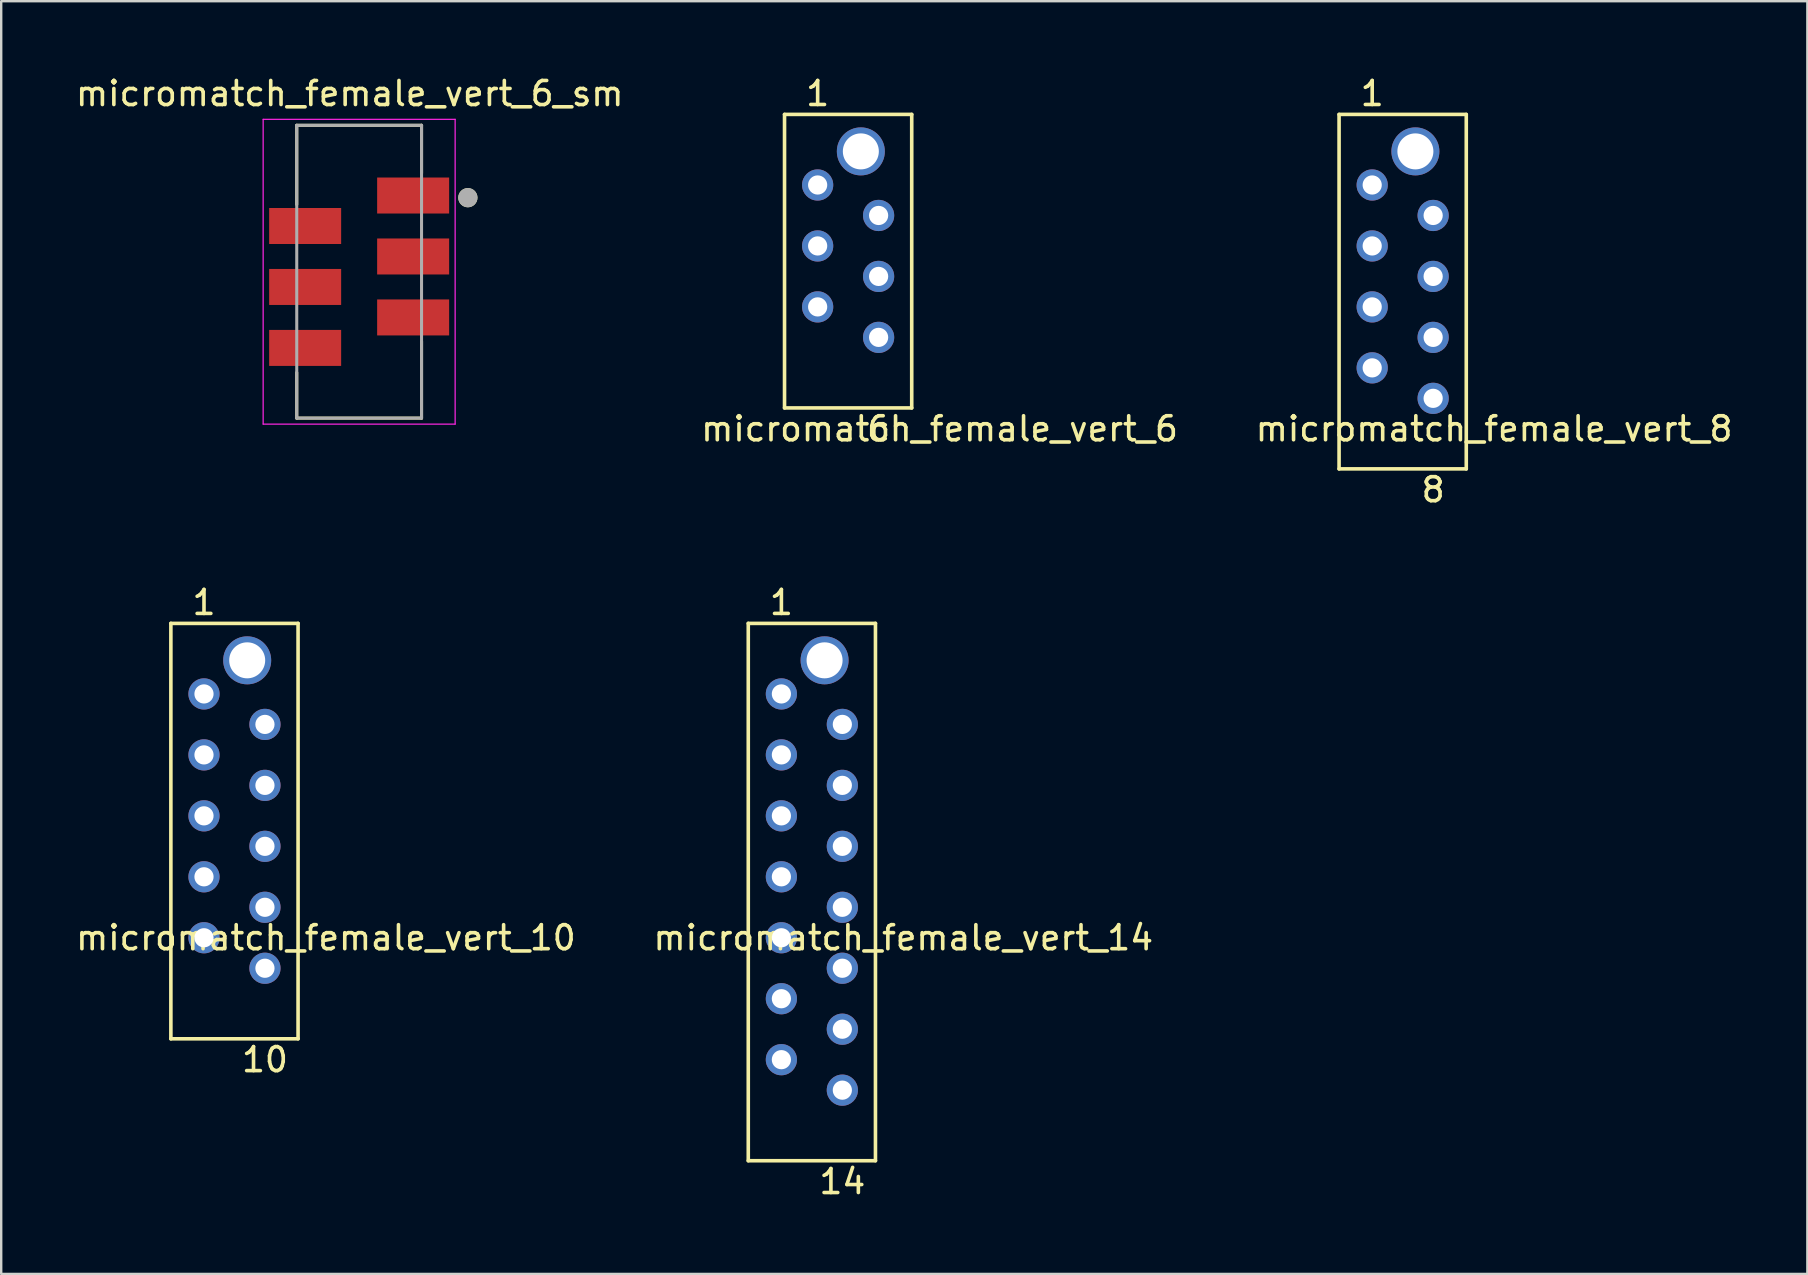
<source format=kicad_pcb>
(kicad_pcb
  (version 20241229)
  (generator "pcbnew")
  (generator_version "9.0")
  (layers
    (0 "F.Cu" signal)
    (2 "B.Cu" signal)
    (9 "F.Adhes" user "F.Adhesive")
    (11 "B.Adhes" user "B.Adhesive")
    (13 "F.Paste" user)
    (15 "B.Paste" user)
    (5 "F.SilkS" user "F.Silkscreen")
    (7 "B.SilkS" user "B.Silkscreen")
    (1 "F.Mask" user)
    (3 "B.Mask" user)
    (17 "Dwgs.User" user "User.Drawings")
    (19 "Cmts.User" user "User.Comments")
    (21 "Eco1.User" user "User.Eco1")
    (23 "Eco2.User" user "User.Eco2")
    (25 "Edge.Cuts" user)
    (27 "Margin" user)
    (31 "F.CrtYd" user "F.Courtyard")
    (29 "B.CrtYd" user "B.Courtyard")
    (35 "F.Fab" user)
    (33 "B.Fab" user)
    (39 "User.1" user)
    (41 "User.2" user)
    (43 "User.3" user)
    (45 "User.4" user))
  (footprint "micromatch_female_vert_10"
    (layer "F.Cu")
    (at 6.72 31.58)
    (property "Reference" "micromatch_female_vert_10" (at 3.81 4.445 0) (layer "F.SilkS") (effects (font (size 1 1) (thickness 0.15))))
    (attr through_hole)
    (fp_line (start -2.65 -8.655) (end 2.65 -8.655) (stroke (width 0.15) (type solid)) (layer "F.SilkS"))
    (fp_line (start -2.65 8.655) (end -2.65 -8.655) (stroke (width 0.15) (type solid)) (layer "F.SilkS"))
    (fp_line (start -2.65 8.655) (end 2.65 8.655) (stroke (width 0.15) (type solid)) (layer "F.SilkS"))
    (fp_line (start 2.65 8.655) (end 2.65 -8.655) (stroke (width 0.15) (type solid)) (layer "F.SilkS"))
    (fp_text user "10" (at 1.27 9.525 0) (layer "F.SilkS") (effects (font (size 1 1) (thickness 0.15))))
    (fp_text user "1" (at -1.27 -9.525 0) (layer "F.SilkS") (effects (font (size 1 1) (thickness 0.15))))
    (pad "1" thru_hole circle (at -1.27 -5.715) (size 1.3 1.3) (drill 0.8) (layers "*.Cu" "*.Mask"))
    (pad "2" thru_hole circle (at 1.27 -4.445) (size 1.3 1.3) (drill 0.8) (layers "*.Cu" "*.Mask"))
    (pad "3" thru_hole circle (at -1.27 -3.175) (size 1.3 1.3) (drill 0.8) (layers "*.Cu" "*.Mask"))
    (pad "4" thru_hole circle (at 1.27 -1.905) (size 1.3 1.3) (drill 0.8) (layers "*.Cu" "*.Mask"))
    (pad "5" thru_hole circle (at -1.27 -0.635) (size 1.3 1.3) (drill 0.8) (layers "*.Cu" "*.Mask"))
    (pad "6" thru_hole circle (at 1.27 0.635) (size 1.3 1.3) (drill 0.8) (layers "*.Cu" "*.Mask"))
    (pad "7" thru_hole circle (at -1.27 1.905) (size 1.3 1.3) (drill 0.8) (layers "*.Cu" "*.Mask"))
    (pad "8" thru_hole circle (at 1.27 3.175) (size 1.3 1.3) (drill 0.8) (layers "*.Cu" "*.Mask"))
    (pad "9" thru_hole circle (at -1.27 4.445) (size 1.3 1.3) (drill 0.8) (layers "*.Cu" "*.Mask"))
    (pad "10" thru_hole circle (at 1.27 5.715) (size 1.3 1.3) (drill 0.8) (layers "*.Cu" "*.Mask"))
    (pad "11" thru_hole circle (at 0.53 -7.115) (size 2 2) (drill 1.5) (layers "*.Cu" "*.Mask")))
  (footprint "micromatch_female_vert_8"
    (layer "F.Cu")
    (at 54.127 9.738)
    (property "Reference" "micromatch_female_vert_8" (at 5.08 5.08 0) (layer "F.SilkS") (effects (font (size 1 1) (thickness 0.15))))
    (attr through_hole)
    (fp_line (start -1.38 -8.02) (end 3.92 -8.02) (stroke (width 0.15) (type solid)) (layer "F.SilkS"))
    (fp_line (start -1.38 6.75) (end -1.38 -8.02) (stroke (width 0.15) (type solid)) (layer "F.SilkS"))
    (fp_line (start -1.38 6.75) (end 3.92 6.75) (stroke (width 0.15) (type solid)) (layer "F.SilkS"))
    (fp_line (start 3.92 6.75) (end 3.92 -8.02) (stroke (width 0.15) (type solid)) (layer "F.SilkS"))
    (fp_text user "1" (at 0 -8.89 0) (layer "F.SilkS") (effects (font (size 1 1) (thickness 0.15))))
    (fp_text user "8" (at 2.54 7.62 0) (layer "F.SilkS") (effects (font (size 1 1) (thickness 0.15))))
    (pad "1" thru_hole circle (at 0 -5.08) (size 1.3 1.3) (drill 0.8) (layers "*.Cu" "*.Mask"))
    (pad "2" thru_hole circle (at 2.54 -3.81) (size 1.3 1.3) (drill 0.8) (layers "*.Cu" "*.Mask"))
    (pad "3" thru_hole circle (at 0 -2.54) (size 1.3 1.3) (drill 0.8) (layers "*.Cu" "*.Mask"))
    (pad "4" thru_hole circle (at 2.54 -1.27) (size 1.3 1.3) (drill 0.8) (layers "*.Cu" "*.Mask"))
    (pad "5" thru_hole circle (at 0 0) (size 1.3 1.3) (drill 0.8) (layers "*.Cu" "*.Mask"))
    (pad "6" thru_hole circle (at 2.54 1.27) (size 1.3 1.3) (drill 0.8) (layers "*.Cu" "*.Mask"))
    (pad "7" thru_hole circle (at 0 2.54) (size 1.3 1.3) (drill 0.8) (layers "*.Cu" "*.Mask"))
    (pad "8" thru_hole circle (at 2.54 3.81) (size 1.3 1.3) (drill 0.8) (layers "*.Cu" "*.Mask"))
    (pad "9" thru_hole circle (at 1.8 -6.48) (size 2 2) (drill 1.5) (layers "*.Cu" "*.Mask")))
  (footprint "micromatch_female_vert_6"
    (layer "F.Cu")
    (at 31.02 9.738)
    (property "Reference" "micromatch_female_vert_6" (at 5.08 5.08 0) (layer "F.SilkS") (effects (font (size 1 1) (thickness 0.15))))
    (attr through_hole)
    (fp_line (start -1.38 -8.02) (end 3.92 -8.02) (stroke (width 0.15) (type solid)) (layer "F.SilkS"))
    (fp_line (start -1.38 4.21) (end -1.38 -8.02) (stroke (width 0.15) (type solid)) (layer "F.SilkS"))
    (fp_line (start -1.38 4.21) (end 3.92 4.21) (stroke (width 0.15) (type solid)) (layer "F.SilkS"))
    (fp_line (start 3.92 4.21) (end 3.92 -8.02) (stroke (width 0.15) (type solid)) (layer "F.SilkS"))
    (fp_text user "6" (at 2.54 5.08 0) (layer "F.SilkS") (effects (font (size 1 1) (thickness 0.15))))
    (fp_text user "1" (at 0 -8.89 0) (layer "F.SilkS") (effects (font (size 1 1) (thickness 0.15))))
    (pad "1" thru_hole circle (at 0 -5.08) (size 1.3 1.3) (drill 0.8) (layers "*.Cu" "*.Mask"))
    (pad "2" thru_hole circle (at 2.54 -3.81) (size 1.3 1.3) (drill 0.8) (layers "*.Cu" "*.Mask"))
    (pad "3" thru_hole circle (at 0 -2.54) (size 1.3 1.3) (drill 0.8) (layers "*.Cu" "*.Mask"))
    (pad "4" thru_hole circle (at 2.54 -1.27) (size 1.3 1.3) (drill 0.8) (layers "*.Cu" "*.Mask"))
    (pad "5" thru_hole circle (at 0 0) (size 1.3 1.3) (drill 0.8) (layers "*.Cu" "*.Mask"))
    (pad "6" thru_hole circle (at 2.54 1.27) (size 1.3 1.3) (drill 0.8) (layers "*.Cu" "*.Mask"))
    (pad "7" thru_hole circle (at 1.8 -6.48) (size 2 2) (drill 1.5) (layers "*.Cu" "*.Mask")))
  (footprint "micromatch_female_vert_6_sm"
    (layer "F.Cu")
    (at 11.915 8.272)
    (property "Reference" "micromatch_female_vert_6_sm" (at -0.392 -7.423 0) (layer "F.SilkS") (effects (font (size 1.002 1.002) (thickness 0.15))))
    (attr through_hole)
    (fp_line (start -2.6 -6.1) (end 2.6 -6.1) (stroke (width 0.127) (type solid)) (layer "F.SilkS"))
    (fp_line (start -2.6 -2.8) (end -2.6 -6.1) (stroke (width 0.127) (type solid)) (layer "F.SilkS"))
    (fp_line (start -2.6 6.1) (end -2.6 4.2) (stroke (width 0.127) (type solid)) (layer "F.SilkS"))
    (fp_line (start 2.6 -6.1) (end 2.6 -4.1) (stroke (width 0.127) (type solid)) (layer "F.SilkS"))
    (fp_line (start 2.6 2.9) (end 2.6 6.1) (stroke (width 0.127) (type solid)) (layer "F.SilkS"))
    (fp_line (start 2.6 6.1) (end -2.6 6.1) (stroke (width 0.127) (type solid)) (layer "F.SilkS"))
    (fp_circle (center 4.53 -3.085) (end 4.73 -3.085) (stroke (width 0.4) (type solid)) (fill no) (layer "F.SilkS"))
    (fp_line (start -4 -6.35) (end 4 -6.35) (stroke (width 0.05) (type solid)) (layer "F.CrtYd"))
    (fp_line (start -4 6.35) (end -4 -6.35) (stroke (width 0.05) (type solid)) (layer "F.CrtYd"))
    (fp_line (start 4 -6.35) (end 4 6.35) (stroke (width 0.05) (type solid)) (layer "F.CrtYd"))
    (fp_line (start 4 6.35) (end -4 6.35) (stroke (width 0.05) (type solid)) (layer "F.CrtYd"))
    (fp_line (start -2.6 -6.1) (end 2.6 -6.1) (stroke (width 0.127) (type solid)) (layer "F.Fab"))
    (fp_line (start -2.6 6.1) (end -2.6 -6.1) (stroke (width 0.127) (type solid)) (layer "F.Fab"))
    (fp_line (start 2.6 -6.1) (end 2.6 6.1) (stroke (width 0.127) (type solid)) (layer "F.Fab"))
    (fp_line (start 2.6 6.1) (end -2.6 6.1) (stroke (width 0.127) (type solid)) (layer "F.Fab"))
    (fp_circle (center 4.53 -3.085) (end 4.73 -3.085) (stroke (width 0.4) (type solid)) (fill no) (layer "F.Fab"))
    (pad "1" smd rect (at 2.25 -3.175) (size 3 1.5) (layers "F.Cu" "F.Mask" "F.Paste"))
    (pad "2" smd rect (at -2.25 -1.905) (size 3 1.5) (layers "F.Cu" "F.Mask" "F.Paste"))
    (pad "3" smd rect (at 2.25 -0.635) (size 3 1.5) (layers "F.Cu" "F.Mask" "F.Paste"))
    (pad "4" smd rect (at -2.25 0.635) (size 3 1.5) (layers "F.Cu" "F.Mask" "F.Paste"))
    (pad "5" smd rect (at 2.25 1.905) (size 3 1.5) (layers "F.Cu" "F.Mask" "F.Paste"))
    (pad "6" smd rect (at -2.25 3.175) (size 3 1.5) (layers "F.Cu" "F.Mask" "F.Paste")))
  (footprint "micromatch_female_vert_14"
    (layer "F.Cu")
    (at 29.509 30.945)
    (property "Reference" "micromatch_female_vert_14" (at 5.08 5.08 0) (layer "F.SilkS") (effects (font (size 1 1) (thickness 0.15))))
    (attr through_hole)
    (fp_line (start -1.38 -8.02) (end 3.92 -8.02) (stroke (width 0.15) (type solid)) (layer "F.SilkS"))
    (fp_line (start -1.38 14.37) (end -1.38 -8.02) (stroke (width 0.15) (type solid)) (layer "F.SilkS"))
    (fp_line (start -1.38 14.37) (end 3.92 14.37) (stroke (width 0.15) (type solid)) (layer "F.SilkS"))
    (fp_line (start 3.92 14.37) (end 3.92 -8.02) (stroke (width 0.15) (type solid)) (layer "F.SilkS"))
    (fp_text user "14" (at 2.54 15.24 0) (layer "F.SilkS") (effects (font (size 1 1) (thickness 0.15))))
    (fp_text user "1" (at 0 -8.89 0) (layer "F.SilkS") (effects (font (size 1 1) (thickness 0.15))))
    (pad "1" thru_hole circle (at 0 -5.08) (size 1.3 1.3) (drill 0.8) (layers "*.Cu" "*.Mask"))
    (pad "2" thru_hole circle (at 2.54 -3.81) (size 1.3 1.3) (drill 0.8) (layers "*.Cu" "*.Mask"))
    (pad "3" thru_hole circle (at 0 -2.54) (size 1.3 1.3) (drill 0.8) (layers "*.Cu" "*.Mask"))
    (pad "4" thru_hole circle (at 2.54 -1.27) (size 1.3 1.3) (drill 0.8) (layers "*.Cu" "*.Mask"))
    (pad "5" thru_hole circle (at 0 0) (size 1.3 1.3) (drill 0.8) (layers "*.Cu" "*.Mask"))
    (pad "6" thru_hole circle (at 2.54 1.27) (size 1.3 1.3) (drill 0.8) (layers "*.Cu" "*.Mask"))
    (pad "7" thru_hole circle (at 0 2.54) (size 1.3 1.3) (drill 0.8) (layers "*.Cu" "*.Mask"))
    (pad "8" thru_hole circle (at 2.54 3.81) (size 1.3 1.3) (drill 0.8) (layers "*.Cu" "*.Mask"))
    (pad "9" thru_hole circle (at 0 5.08) (size 1.3 1.3) (drill 0.8) (layers "*.Cu" "*.Mask"))
    (pad "10" thru_hole circle (at 2.54 6.35) (size 1.3 1.3) (drill 0.8) (layers "*.Cu" "*.Mask"))
    (pad "11" thru_hole circle (at 0 7.62) (size 1.3 1.3) (drill 0.8) (layers "*.Cu" "*.Mask"))
    (pad "12" thru_hole circle (at 2.54 8.89) (size 1.3 1.3) (drill 0.8) (layers "*.Cu" "*.Mask"))
    (pad "13" thru_hole circle (at 0 10.16) (size 1.3 1.3) (drill 0.8) (layers "*.Cu" "*.Mask"))
    (pad "14" thru_hole circle (at 2.54 11.43) (size 1.3 1.3) (drill 0.8) (layers "*.Cu" "*.Mask"))
    (pad "15" thru_hole circle (at 1.8 -6.48) (size 2 2) (drill 1.5) (layers "*.Cu" "*.Mask")))
  (gr_rect
    (start -3 -3)
    (end 72.26 50.033)
    (stroke (width 0.1) (type default))
    (fill no)
    (layer "Edge.Cuts")))
</source>
